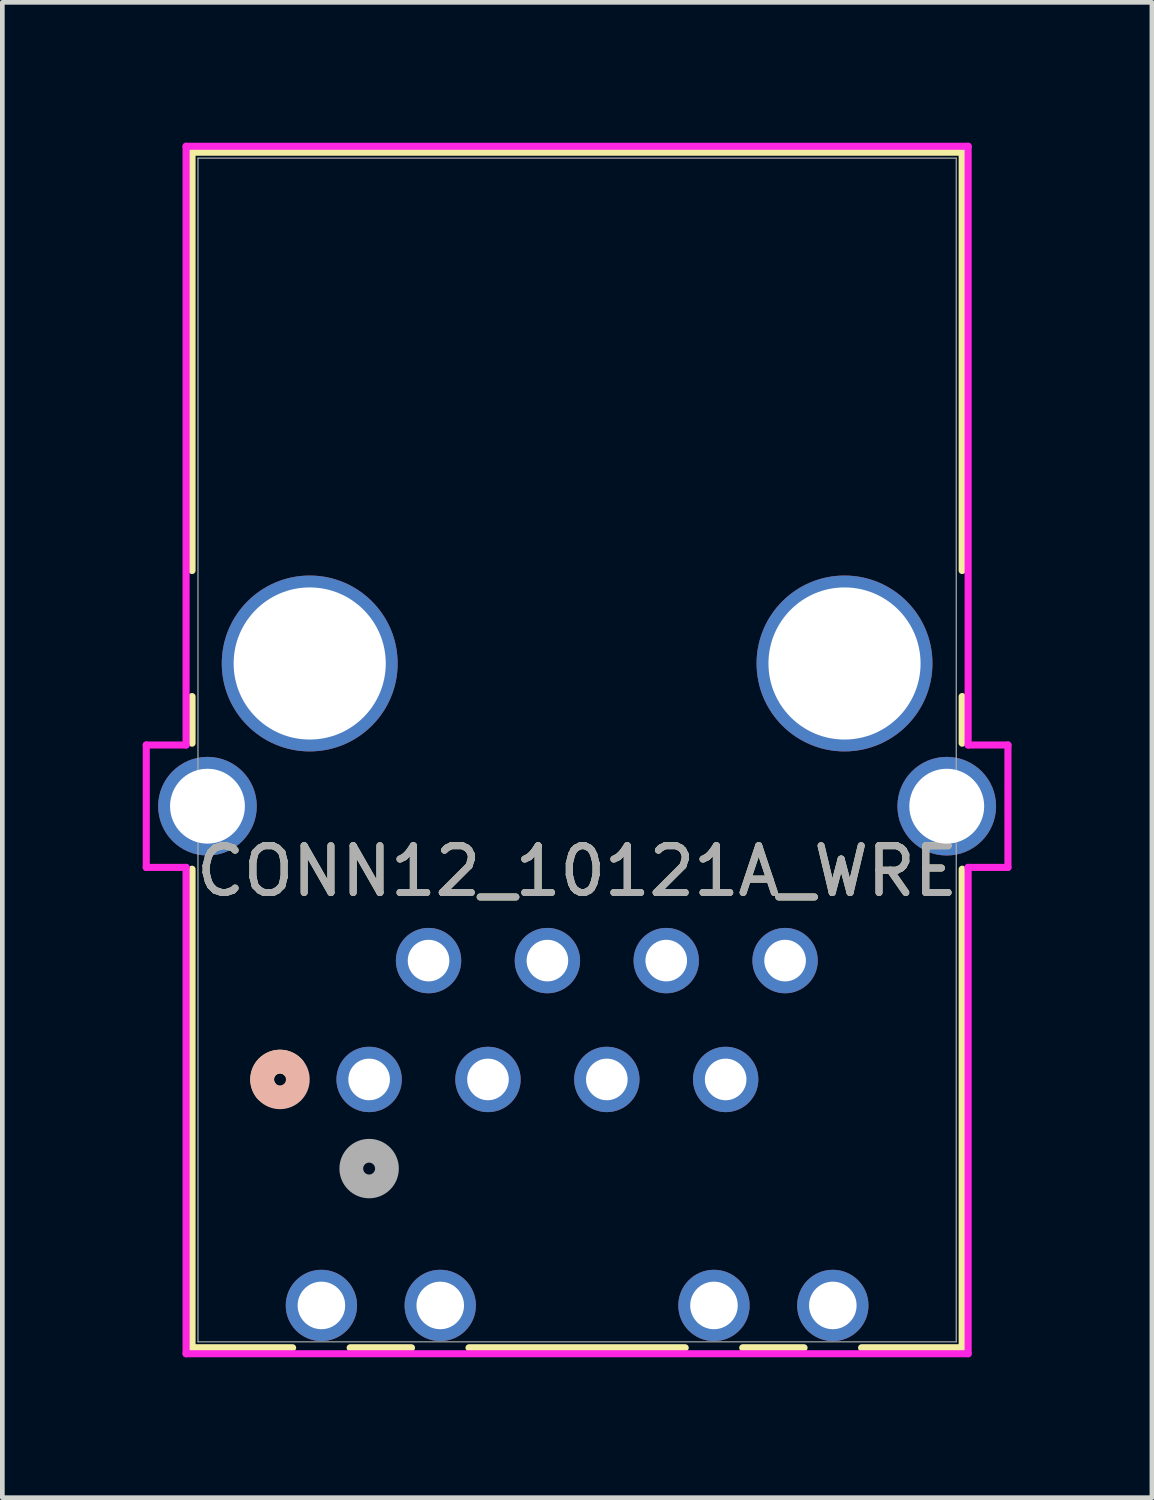
<source format=kicad_pcb>
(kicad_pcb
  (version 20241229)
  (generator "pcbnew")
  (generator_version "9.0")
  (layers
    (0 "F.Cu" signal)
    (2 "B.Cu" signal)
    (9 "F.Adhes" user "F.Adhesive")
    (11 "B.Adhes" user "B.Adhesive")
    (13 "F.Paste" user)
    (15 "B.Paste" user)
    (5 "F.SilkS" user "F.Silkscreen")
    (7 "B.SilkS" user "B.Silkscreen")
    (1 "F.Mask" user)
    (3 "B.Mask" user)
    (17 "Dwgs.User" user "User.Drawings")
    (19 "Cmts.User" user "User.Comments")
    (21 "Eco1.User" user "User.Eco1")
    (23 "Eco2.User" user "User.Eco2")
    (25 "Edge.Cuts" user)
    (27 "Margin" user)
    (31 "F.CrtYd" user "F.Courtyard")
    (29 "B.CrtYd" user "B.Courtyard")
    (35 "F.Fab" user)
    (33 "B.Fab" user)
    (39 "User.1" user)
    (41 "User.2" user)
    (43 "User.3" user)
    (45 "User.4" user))
  (footprint "CONN12_10121A_WRE"
    (layer "F.Cu")
    (at 4.839 20.02)
    (property "Reference" "CONN12_10121A_WRE" (at 4.445 -4.45 0) (unlocked yes) (layer "F.SilkS") (effects (font (size 1 1) (thickness 0.15))))
    (attr through_hole)
    (fp_line (start -3.785 -19.817) (end -3.785 -10.877) (stroke (width 0.152) (type solid)) (layer "F.SilkS"))
    (fp_line (start -3.785 -8.183) (end -3.785 -7.187) (stroke (width 0.152) (type solid)) (layer "F.SilkS"))
    (fp_line (start -3.785 -4.493) (end -3.785 5.735) (stroke (width 0.152) (type solid)) (layer "F.SilkS"))
    (fp_line (start -3.785 5.735) (end -1.635 5.735) (stroke (width 0.152) (type solid)) (layer "F.SilkS"))
    (fp_line (start -0.405 5.735) (end 0.905 5.735) (stroke (width 0.152) (type solid)) (layer "F.SilkS"))
    (fp_line (start 2.135 5.735) (end 6.755 5.735) (stroke (width 0.152) (type solid)) (layer "F.SilkS"))
    (fp_line (start 7.985 5.735) (end 9.295 5.735) (stroke (width 0.152) (type solid)) (layer "F.SilkS"))
    (fp_line (start 10.525 5.735) (end 12.675 5.735) (stroke (width 0.152) (type solid)) (layer "F.SilkS"))
    (fp_line (start 12.675 -19.817) (end -3.785 -19.817) (stroke (width 0.152) (type solid)) (layer "F.SilkS"))
    (fp_line (start 12.675 -10.877) (end 12.675 -19.817) (stroke (width 0.152) (type solid)) (layer "F.SilkS"))
    (fp_line (start 12.675 -7.187) (end 12.675 -8.183) (stroke (width 0.152) (type solid)) (layer "F.SilkS"))
    (fp_line (start 12.675 5.735) (end 12.675 -4.493) (stroke (width 0.152) (type solid)) (layer "F.SilkS"))
    (fp_arc (start -2.20733 0.231857) (mid -2.149848 -0.291908) (end -1.624071 -0.257371) (stroke (width 0.508) (type solid)) (layer "F.SilkS"))
    (fp_circle (center -1.905 0) (end -1.524 0) (stroke (width 0.508) (type solid)) (fill no) (layer "B.SilkS"))
    (fp_line (start -4.763 -7.148) (end -4.763 -4.532) (stroke (width 0.152) (type solid)) (layer "F.CrtYd"))
    (fp_line (start -4.763 -4.532) (end -3.912 -4.532) (stroke (width 0.152) (type solid)) (layer "F.CrtYd"))
    (fp_line (start -3.912 -19.944) (end -3.912 -7.148) (stroke (width 0.152) (type solid)) (layer "F.CrtYd"))
    (fp_line (start -3.912 -7.148) (end -4.763 -7.148) (stroke (width 0.152) (type solid)) (layer "F.CrtYd"))
    (fp_line (start -3.912 -4.532) (end -3.912 5.862) (stroke (width 0.152) (type solid)) (layer "F.CrtYd"))
    (fp_line (start -3.912 5.862) (end 12.802 5.862) (stroke (width 0.152) (type solid)) (layer "F.CrtYd"))
    (fp_line (start 12.802 -19.944) (end -3.912 -19.944) (stroke (width 0.152) (type solid)) (layer "F.CrtYd"))
    (fp_line (start 12.802 -7.148) (end 12.802 -19.944) (stroke (width 0.152) (type solid)) (layer "F.CrtYd"))
    (fp_line (start 12.802 -4.532) (end 13.653 -4.532) (stroke (width 0.152) (type solid)) (layer "F.CrtYd"))
    (fp_line (start 12.802 5.862) (end 12.802 -4.532) (stroke (width 0.152) (type solid)) (layer "F.CrtYd"))
    (fp_line (start 13.653 -7.148) (end 12.802 -7.148) (stroke (width 0.152) (type solid)) (layer "F.CrtYd"))
    (fp_line (start 13.653 -4.532) (end 13.653 -7.148) (stroke (width 0.152) (type solid)) (layer "F.CrtYd"))
    (fp_line (start -3.658 -19.69) (end -3.658 5.608) (stroke (width 0.025) (type solid)) (layer "F.Fab"))
    (fp_line (start -3.658 5.608) (end 12.548 5.608) (stroke (width 0.025) (type solid)) (layer "F.Fab"))
    (fp_line (start 12.548 -19.69) (end -3.658 -19.69) (stroke (width 0.025) (type solid)) (layer "F.Fab"))
    (fp_line (start 12.548 5.608) (end 12.548 -19.69) (stroke (width 0.025) (type solid)) (layer "F.Fab"))
    (fp_circle (center 0 1.905) (end 0.381 1.905) (stroke (width 0.508) (type solid)) (fill no) (layer "F.Fab"))
    (fp_text user "${REFERENCE}" (at 4.445 -4.45 0) (unlocked yes) (layer "F.Fab") (effects (font (size 1 1) (thickness 0.15))))
    (pad "1" thru_hole circle (at 0 0) (size 1.397 1.397) (drill 0.889) (layers "*.Cu" "*.Mask"))
    (pad "2" thru_hole circle (at 1.27 -2.54) (size 1.397 1.397) (drill 0.889) (layers "*.Cu" "*.Mask"))
    (pad "3" thru_hole circle (at 2.54 0) (size 1.397 1.397) (drill 0.889) (layers "*.Cu" "*.Mask"))
    (pad "4" thru_hole circle (at 3.81 -2.54) (size 1.397 1.397) (drill 0.889) (layers "*.Cu" "*.Mask"))
    (pad "5" thru_hole circle (at 5.08 0) (size 1.397 1.397) (drill 0.889) (layers "*.Cu" "*.Mask"))
    (pad "6" thru_hole circle (at 6.35 -2.54) (size 1.397 1.397) (drill 0.889) (layers "*.Cu" "*.Mask"))
    (pad "7" thru_hole circle (at 7.62 0) (size 1.397 1.397) (drill 0.889) (layers "*.Cu" "*.Mask"))
    (pad "8" thru_hole circle (at 8.89 -2.54) (size 1.397 1.397) (drill 0.889) (layers "*.Cu" "*.Mask"))
    (pad "9" thru_hole circle (at -1.02 4.83) (size 1.524 1.524) (drill 1.016) (layers "*.Cu" "*.Mask"))
    (pad "10" thru_hole circle (at 1.52 4.83) (size 1.524 1.524) (drill 1.016) (layers "*.Cu" "*.Mask"))
    (pad "11" thru_hole circle (at 7.37 4.83) (size 1.524 1.524) (drill 1.016) (layers "*.Cu" "*.Mask"))
    (pad "12" thru_hole circle (at 9.91 4.83) (size 1.524 1.524) (drill 1.016) (layers "*.Cu" "*.Mask"))
    (pad "13" thru_hole circle (at -1.27 -8.89) (size 3.759 3.759) (drill 3.251) (layers "*.Cu" "*.Mask"))
    (pad "14" thru_hole circle (at 10.16 -8.89) (size 3.759 3.759) (drill 3.251) (layers "*.Cu" "*.Mask"))
    (pad "15" thru_hole circle (at -3.455 -5.84) (size 2.108 2.108) (drill 1.6) (layers "*.Cu" "*.Mask"))
    (pad "16" thru_hole circle (at 12.345 -5.84) (size 2.108 2.108) (drill 1.6) (layers "*.Cu" "*.Mask")))
  (gr_rect
    (start -3 -3)
    (end 21.569 28.959)
    (stroke (width 0.1) (type default))
    (fill no)
    (layer "Edge.Cuts")))
</source>
